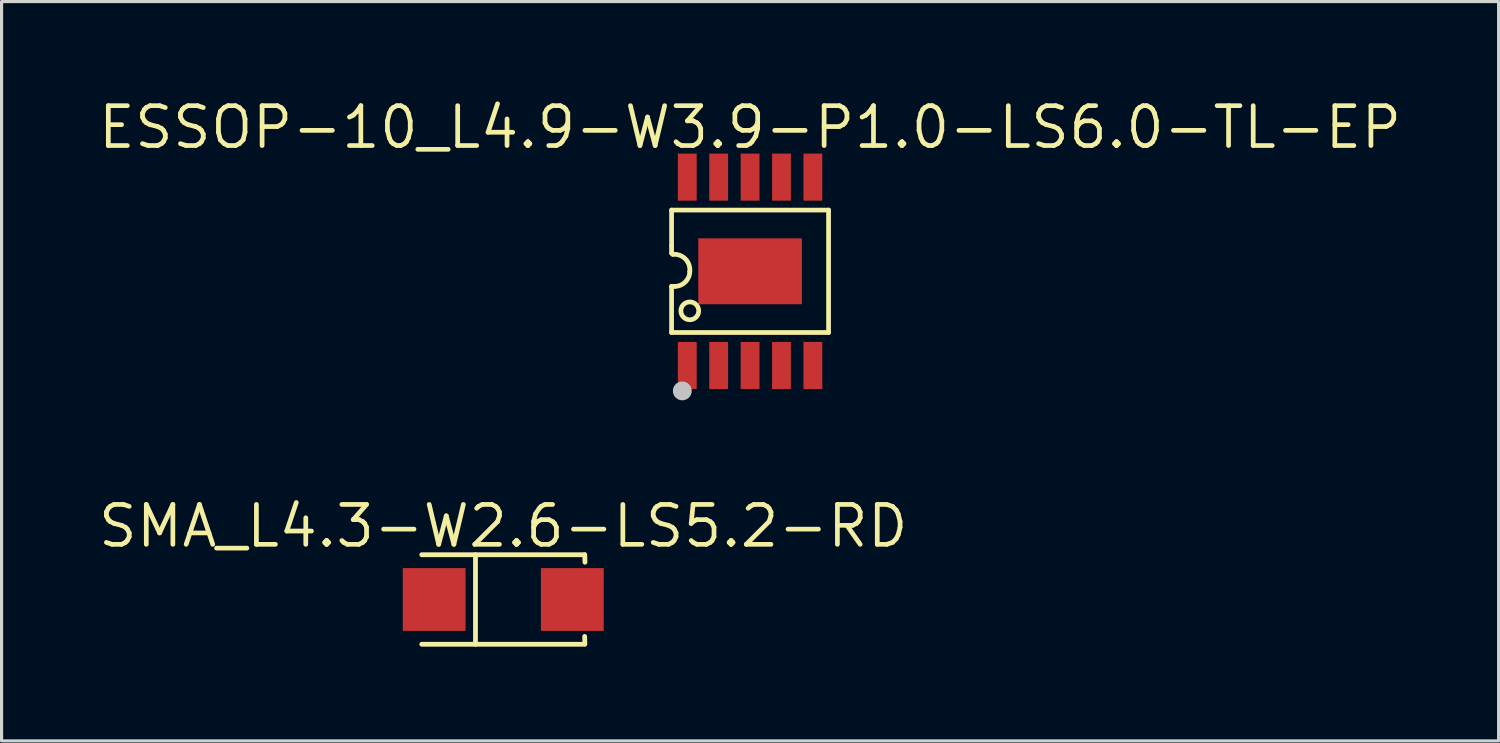
<source format=kicad_pcb>
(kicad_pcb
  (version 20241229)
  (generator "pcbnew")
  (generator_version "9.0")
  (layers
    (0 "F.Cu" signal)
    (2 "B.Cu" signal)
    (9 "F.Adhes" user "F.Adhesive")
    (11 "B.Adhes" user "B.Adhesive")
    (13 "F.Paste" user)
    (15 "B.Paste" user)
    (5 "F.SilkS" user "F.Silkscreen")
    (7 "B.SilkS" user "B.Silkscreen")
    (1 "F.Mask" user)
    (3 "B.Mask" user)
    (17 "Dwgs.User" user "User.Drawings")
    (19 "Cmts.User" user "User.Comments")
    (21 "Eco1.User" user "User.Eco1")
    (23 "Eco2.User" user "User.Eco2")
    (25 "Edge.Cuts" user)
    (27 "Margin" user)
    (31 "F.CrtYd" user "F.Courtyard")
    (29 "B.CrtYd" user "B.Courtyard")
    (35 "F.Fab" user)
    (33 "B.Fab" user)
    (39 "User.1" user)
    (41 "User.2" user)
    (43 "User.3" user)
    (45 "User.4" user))
  (footprint "SMA_L4.3-W2.6-LS5.2-RD"
    (layer "F.Cu")
    (at 12.979 16.045)
    (property "Reference" "SMA_L4.3-W2.6-LS5.2-RD" (at 0 -2.337 0) (layer "F.SilkS") (effects (font (size 1.27 1.27) (thickness 0.15))))
    (fp_line (start -2.596 -1.426) (end 2.596 -1.426) (stroke (width 0.152) (type default)) (layer "F.SilkS"))
    (fp_line (start -2.596 1.426) (end 2.596 1.426) (stroke (width 0.152) (type default)) (layer "F.SilkS"))
    (fp_line (start -0.884 -1.426) (end -0.884 1.426) (stroke (width 0.152) (type default)) (layer "F.SilkS"))
    (fp_line (start 2.593 1.176) (end 2.6 1.415) (stroke (width 0.152) (type default)) (layer "F.SilkS"))
    (fp_line (start 2.596 -1.426) (end 2.603 -1.187) (stroke (width 0.152) (type default)) (layer "F.SilkS"))
    (fp_circle (center -2.605 1.3) (end -2.575 1.3) (stroke (width 0.06) (type default)) (fill no) (layer "User.5"))
    (pad "1" smd rect (at -2.2 0 180) (size 2 2) (layers "F.Cu" "F.Mask" "F.Paste"))
    (pad "2" smd rect (at 2.2 0 180) (size 2 2) (layers "F.Cu" "F.Mask" "F.Paste"))
    (zone (net_name "") (layer "F.SilkS") (hatch edge 0.5) (priority 100) (connect_pads yes) (min_thickness 0) (filled_areas_thickness no) (fill yes) (polygon (pts (xy 10.459 14.543) (xy 10.458 14.949) (xy 9.999 14.945) (xy 10.002 14.543))) (filled_polygon (layer "F.SilkS") (island) (pts (xy 10.459 14.543) (xy 10.458 14.949) (xy 9.999 14.945) (xy 10.002 14.543))))
    (zone (net_name "") (layer "F.SilkS") (hatch edge 0.5) (priority 100) (connect_pads yes) (min_thickness 0) (filled_areas_thickness no) (fill yes) (polygon (pts (xy 10.468 17.141) (xy 10.466 17.548) (xy 10.007 17.543) (xy 10.01 17.141))) (filled_polygon (layer "F.SilkS") (island) (pts (xy 10.468 17.141) (xy 10.466 17.548) (xy 10.007 17.543) (xy 10.01 17.141))))
    (zone (net_name "") (layer "Dwgs.User") (hatch edge 0.5) (priority 100) (connect_pads yes) (min_thickness 0) (filled_areas_thickness no) (fill yes) (polygon (pts (xy 10.662 16.146) (xy 10.662 15.944) (xy 11.472 15.944) (xy 11.472 16.146))) (filled_polygon (layer "Dwgs.User") (island) (pts (xy 10.662 16.146) (xy 10.662 15.944) (xy 11.472 15.944) (xy 11.472 16.146))))
    (zone (net_name "") (layer "Dwgs.User") (hatch edge 0.5) (priority 100) (connect_pads yes) (min_thickness 0) (filled_areas_thickness no) (fill yes) (polygon (pts (xy 14.993 16.72) (xy 14.993 15.37) (xy 14.791 15.37) (xy 14.791 16.72))) (filled_polygon (layer "Dwgs.User") (island) (pts (xy 14.993 16.72) (xy 14.993 15.37) (xy 14.791 15.37) (xy 14.791 16.72))))
    (zone (net_name "") (layer "Dwgs.User") (hatch edge 0.5) (priority 100) (connect_pads yes) (min_thickness 0) (filled_areas_thickness no) (fill yes) (polygon (pts (xy 15.269 16.135) (xy 15.269 15.933) (xy 14.459 15.933) (xy 14.459 16.135))) (filled_polygon (layer "Dwgs.User") (island) (pts (xy 15.269 16.135) (xy 15.269 15.933) (xy 14.459 15.933) (xy 14.459 16.135))))
    (zone (net_name "") (layer "User.3") (hatch edge 0.5) (priority 100) (connect_pads yes) (min_thickness 0) (filled_areas_thickness no) (fill yes) (polygon (pts (xy 10.819 17.345) (xy 10.819 14.745) (xy 15.139 14.745) (xy 15.139 17.345))) (filled_polygon (layer "User.3") (island) (pts (xy 10.819 17.345) (xy 10.819 14.745) (xy 15.139 14.745) (xy 15.139 17.345))))
    (zone (net_name "") (layer "User.4") (hatch edge 0.5) (priority 100) (connect_pads yes) (min_thickness 0) (filled_areas_thickness no) (fill yes) (polygon (pts (xy 11.499 15.32) (xy 11.499 16.77) (xy 10.374 16.77) (xy 10.374 15.32))) (filled_polygon (layer "User.4") (island) (pts (xy 11.499 15.32) (xy 11.499 16.77) (xy 10.374 16.77) (xy 10.374 15.32))))
    (zone (net_name "") (layer "User.4") (hatch edge 0.5) (priority 100) (connect_pads yes) (min_thickness 0) (filled_areas_thickness no) (fill yes) (polygon (pts (xy 15.585 15.32) (xy 15.585 16.77) (xy 14.46 16.77) (xy 14.46 15.32))) (filled_polygon (layer "User.4") (island) (pts (xy 15.585 15.32) (xy 15.585 16.77) (xy 14.46 16.77) (xy 14.46 15.32)))))
  (footprint "ESSOP-10_L4.9-W3.9-P1.0-LS6.0-TL-EP"
    (layer "F.Cu")
    (at 20.841 5.591)
    (property "Reference" "ESSOP-10_L4.9-W3.9-P1.0-LS6.0-TL-EP" (at 0 -4.585 0) (layer "F.SilkS") (effects (font (size 1.27 1.27) (thickness 0.15))))
    (fp_line (start -2.5 -1.95) (end 2.5 -1.95) (stroke (width 0.15) (type default)) (layer "F.SilkS"))
    (fp_line (start -2.5 -0.82) (end -2.5 -1.95) (stroke (width 0.15) (type default)) (layer "F.SilkS"))
    (fp_line (start -2.5 -0.58) (end -2.5 -0.82) (stroke (width 0.15) (type default)) (layer "F.SilkS"))
    (fp_line (start -2.5 0.48) (end -2.4 0.48) (stroke (width 0.15) (type default)) (layer "F.SilkS"))
    (fp_line (start -2.5 1.95) (end -2.5 0.48) (stroke (width 0.15) (type default)) (layer "F.SilkS"))
    (fp_line (start -2.5 1.95) (end 2.5 1.95) (stroke (width 0.15) (type default)) (layer "F.SilkS"))
    (fp_line (start -2.46 -0.54) (end -2.5 -0.58) (stroke (width 0.15) (type default)) (layer "F.SilkS"))
    (fp_line (start 2.5 1.95) (end 2.5 -1.95) (stroke (width 0.15) (type default)) (layer "F.SilkS"))
    (fp_arc (start -2.46 -0.54) (mid -2.063934 -0.396066) (end -1.92 0) (stroke (width 0.15) (type default)) (layer "F.SilkS"))
    (fp_arc (start -1.92 0) (mid -2.060589 0.339411) (end -2.4 0.48) (stroke (width 0.15) (type default)) (layer "F.SilkS"))
    (fp_circle (center -1.92 1.26) (end -1.636 1.26) (stroke (width 0.15) (type default)) (fill no) (layer "F.SilkS"))
    (fp_circle (center -2.159 3.81) (end -2.009 3.81) (stroke (width 0.3) (type default)) (fill no) (layer "Dwgs.User"))
    (fp_circle (center -2.45 3) (end -2.42 3) (stroke (width 0.06) (type default)) (fill no) (layer "User.5"))
    (pad "1" smd rect (at -2 3 90) (size 1.5 0.6) (layers "F.Cu" "F.Mask" "F.Paste"))
    (pad "2" smd rect (at -1 3 90) (size 1.5 0.6) (layers "F.Cu" "F.Mask" "F.Paste"))
    (pad "3" smd rect (at 0.0001 3 90) (size 1.5 0.6) (layers "F.Cu" "F.Mask" "F.Paste"))
    (pad "4" smd rect (at 1 3 90) (size 1.5 0.6) (layers "F.Cu" "F.Mask" "F.Paste"))
    (pad "5" smd rect (at 2 3 90) (size 1.5 0.6) (layers "F.Cu" "F.Mask" "F.Paste"))
    (pad "6" smd rect (at 2 -3 90) (size 1.5 0.6) (layers "F.Cu" "F.Mask" "F.Paste"))
    (pad "7" smd rect (at 1 -3 90) (size 1.5 0.6) (layers "F.Cu" "F.Mask" "F.Paste"))
    (pad "8" smd rect (at 0.0001 -3 90) (size 1.5 0.6) (layers "F.Cu" "F.Mask" "F.Paste"))
    (pad "9" smd rect (at -1 -3 90) (size 1.5 0.6) (layers "F.Cu" "F.Mask" "F.Paste"))
    (pad "10" smd rect (at -2 -3 90) (size 1.5 0.6) (layers "F.Cu" "F.Mask" "F.Paste"))
    (pad "11" smd rect (at 0.0001 -0.0001 180) (size 3.3 2.1) (layers "F.Cu" "F.Mask" "F.Paste"))
    (zone (net_name "") (layer "User.3") (hatch edge 0.5) (priority 100) (connect_pads yes) (min_thickness 0) (filled_areas_thickness no) (fill yes) (polygon (pts (xy 18.391 7.541) (xy 18.391 3.641) (xy 23.291 3.641) (xy 23.291 7.541))) (filled_polygon (layer "User.3") (island) (pts (xy 18.391 7.541) (xy 18.391 3.641) (xy 23.291 3.641) (xy 23.291 7.541))))
    (zone (net_name "") (layer "User.4") (hatch edge 0.5) (priority 100) (connect_pads yes) (min_thickness 0) (filled_areas_thickness no) (fill yes) (polygon (pts (xy 18.641 3.211) (xy 18.641 2.591) (xy 19.041 2.591) (xy 19.041 3.211))) (filled_polygon (layer "User.4") (island) (pts (xy 18.641 3.211) (xy 18.641 2.591) (xy 19.041 2.591) (xy 19.041 3.211))))
    (zone (net_name "") (layer "User.4") (hatch edge 0.5) (priority 100) (connect_pads) (min_thickness 0) (filled_areas_thickness no) (keepout (tracks allowed) (vias allowed) (pads allowed) (copperpour not_allowed) (footprints allowed)) (placement (enabled no)) (fill) (polygon (pts (xy 18.641 3.651) (xy 18.641 3.201) (xy 19.041 3.201) (xy 19.041 3.651))))
    (zone (net_name "") (layer "User.4") (hatch edge 0.5) (priority 100) (connect_pads) (min_thickness 0) (filled_areas_thickness no) (keepout (tracks allowed) (vias allowed) (pads allowed) (copperpour not_allowed) (footprints allowed)) (placement (enabled no)) (fill) (polygon (pts (xy 18.641 7.981) (xy 18.641 7.531) (xy 19.041 7.531) (xy 19.041 7.981))))
    (zone (net_name "") (layer "User.4") (hatch edge 0.5) (priority 100) (connect_pads yes) (min_thickness 0) (filled_areas_thickness no) (fill yes) (polygon (pts (xy 18.641 8.591) (xy 18.641 7.971) (xy 19.041 7.971) (xy 19.041 8.591))) (filled_polygon (layer "User.4") (island) (pts (xy 18.641 8.591) (xy 18.641 7.971) (xy 19.041 7.971) (xy 19.041 8.591))))
    (zone (net_name "") (layer "User.4") (hatch edge 0.5) (priority 100) (connect_pads yes) (min_thickness 0) (filled_areas_thickness no) (fill yes) (polygon (pts (xy 19.641 3.211) (xy 19.641 2.591) (xy 20.041 2.591) (xy 20.041 3.211))) (filled_polygon (layer "User.4") (island) (pts (xy 19.641 3.211) (xy 19.641 2.591) (xy 20.041 2.591) (xy 20.041 3.211))))
    (zone (net_name "") (layer "User.4") (hatch edge 0.5) (priority 100) (connect_pads) (min_thickness 0) (filled_areas_thickness no) (keepout (tracks allowed) (vias allowed) (pads allowed) (copperpour not_allowed) (footprints allowed)) (placement (enabled no)) (fill) (polygon (pts (xy 19.641 3.651) (xy 19.641 3.201) (xy 20.041 3.201) (xy 20.041 3.651))))
    (zone (net_name "") (layer "User.4") (hatch edge 0.5) (priority 100) (connect_pads) (min_thickness 0) (filled_areas_thickness no) (keepout (tracks allowed) (vias allowed) (pads allowed) (copperpour not_allowed) (footprints allowed)) (placement (enabled no)) (fill) (polygon (pts (xy 19.641 7.981) (xy 19.641 7.531) (xy 20.041 7.531) (xy 20.041 7.981))))
    (zone (net_name "") (layer "User.4") (hatch edge 0.5) (priority 100) (connect_pads yes) (min_thickness 0) (filled_areas_thickness no) (fill yes) (polygon (pts (xy 19.641 8.591) (xy 19.641 7.971) (xy 20.041 7.971) (xy 20.041 8.591))) (filled_polygon (layer "User.4") (island) (pts (xy 19.641 8.591) (xy 19.641 7.971) (xy 20.041 7.971) (xy 20.041 8.591))))
    (zone (net_name "") (layer "User.4") (hatch edge 0.5) (priority 100) (connect_pads yes) (min_thickness 0) (filled_areas_thickness no) (fill yes) (polygon (pts (xy 20.641 3.211) (xy 20.641 2.591) (xy 21.041 2.591) (xy 21.041 3.211))) (filled_polygon (layer "User.4") (island) (pts (xy 20.641 3.211) (xy 20.641 2.591) (xy 21.041 2.591) (xy 21.041 3.211))))
    (zone (net_name "") (layer "User.4") (hatch edge 0.5) (priority 100) (connect_pads) (min_thickness 0) (filled_areas_thickness no) (keepout (tracks allowed) (vias allowed) (pads allowed) (copperpour not_allowed) (footprints allowed)) (placement (enabled no)) (fill) (polygon (pts (xy 20.641 3.651) (xy 20.641 3.201) (xy 21.041 3.201) (xy 21.041 3.651))))
    (zone (net_name "") (layer "User.4") (hatch edge 0.5) (priority 100) (connect_pads) (min_thickness 0) (filled_areas_thickness no) (keepout (tracks allowed) (vias allowed) (pads allowed) (copperpour not_allowed) (footprints allowed)) (placement (enabled no)) (fill) (polygon (pts (xy 20.641 7.981) (xy 20.641 7.531) (xy 21.041 7.531) (xy 21.041 7.981))))
    (zone (net_name "") (layer "User.4") (hatch edge 0.5) (priority 100) (connect_pads yes) (min_thickness 0) (filled_areas_thickness no) (fill yes) (polygon (pts (xy 20.641 8.591) (xy 20.641 7.971) (xy 21.041 7.971) (xy 21.041 8.591))) (filled_polygon (layer "User.4") (island) (pts (xy 20.641 8.591) (xy 20.641 7.971) (xy 21.041 7.971) (xy 21.041 8.591))))
    (zone (net_name "") (layer "User.4") (hatch edge 0.5) (priority 100) (connect_pads yes) (min_thickness 0) (filled_areas_thickness no) (fill yes) (polygon (pts (xy 21.641 3.211) (xy 21.641 2.591) (xy 22.041 2.591) (xy 22.041 3.211))) (filled_polygon (layer "User.4") (island) (pts (xy 21.641 3.211) (xy 21.641 2.591) (xy 22.041 2.591) (xy 22.041 3.211))))
    (zone (net_name "") (layer "User.4") (hatch edge 0.5) (priority 100) (connect_pads) (min_thickness 0) (filled_areas_thickness no) (keepout (tracks allowed) (vias allowed) (pads allowed) (copperpour not_allowed) (footprints allowed)) (placement (enabled no)) (fill) (polygon (pts (xy 21.641 3.651) (xy 21.641 3.201) (xy 22.041 3.201) (xy 22.041 3.651))))
    (zone (net_name "") (layer "User.4") (hatch edge 0.5) (priority 100) (connect_pads) (min_thickness 0) (filled_areas_thickness no) (keepout (tracks allowed) (vias allowed) (pads allowed) (copperpour not_allowed) (footprints allowed)) (placement (enabled no)) (fill) (polygon (pts (xy 21.641 7.981) (xy 21.641 7.531) (xy 22.041 7.531) (xy 22.041 7.981))))
    (zone (net_name "") (layer "User.4") (hatch edge 0.5) (priority 100) (connect_pads yes) (min_thickness 0) (filled_areas_thickness no) (fill yes) (polygon (pts (xy 21.641 8.591) (xy 21.641 7.971) (xy 22.041 7.971) (xy 22.041 8.591))) (filled_polygon (layer "User.4") (island) (pts (xy 21.641 8.591) (xy 21.641 7.971) (xy 22.041 7.971) (xy 22.041 8.591))))
    (zone (net_name "") (layer "User.4") (hatch edge 0.5) (priority 100) (connect_pads yes) (min_thickness 0) (filled_areas_thickness no) (fill yes) (polygon (pts (xy 22.491 6.641) (xy 19.191 6.641) (xy 19.191 4.541) (xy 22.491 4.541))) (filled_polygon (layer "User.4") (island) (pts (xy 22.491 6.641) (xy 19.191 6.641) (xy 19.191 4.541) (xy 22.491 4.541))))
    (zone (net_name "") (layer "User.4") (hatch edge 0.5) (priority 100) (connect_pads yes) (min_thickness 0) (filled_areas_thickness no) (fill yes) (polygon (pts (xy 22.641 3.211) (xy 22.641 2.591) (xy 23.041 2.591) (xy 23.041 3.211))) (filled_polygon (layer "User.4") (island) (pts (xy 22.641 3.211) (xy 22.641 2.591) (xy 23.041 2.591) (xy 23.041 3.211))))
    (zone (net_name "") (layer "User.4") (hatch edge 0.5) (priority 100) (connect_pads) (min_thickness 0) (filled_areas_thickness no) (keepout (tracks allowed) (vias allowed) (pads allowed) (copperpour not_allowed) (footprints allowed)) (placement (enabled no)) (fill) (polygon (pts (xy 22.641 3.651) (xy 22.641 3.201) (xy 23.041 3.201) (xy 23.041 3.651))))
    (zone (net_name "") (layer "User.4") (hatch edge 0.5) (priority 100) (connect_pads) (min_thickness 0) (filled_areas_thickness no) (keepout (tracks allowed) (vias allowed) (pads allowed) (copperpour not_allowed) (footprints allowed)) (placement (enabled no)) (fill) (polygon (pts (xy 22.641 7.981) (xy 22.641 7.531) (xy 23.041 7.531) (xy 23.041 7.981))))
    (zone (net_name "") (layer "User.4") (hatch edge 0.5) (priority 100) (connect_pads yes) (min_thickness 0) (filled_areas_thickness no) (fill yes) (polygon (pts (xy 22.641 8.591) (xy 22.641 7.971) (xy 23.041 7.971) (xy 23.041 8.591))) (filled_polygon (layer "User.4") (island) (pts (xy 22.641 8.591) (xy 22.641 7.971) (xy 23.041 7.971) (xy 23.041 8.591)))))
  (gr_rect
    (start -3 -3)
    (end 44.683 20.548)
    (stroke (width 0.1) (type default))
    (fill no)
    (layer "Edge.Cuts")))
</source>
